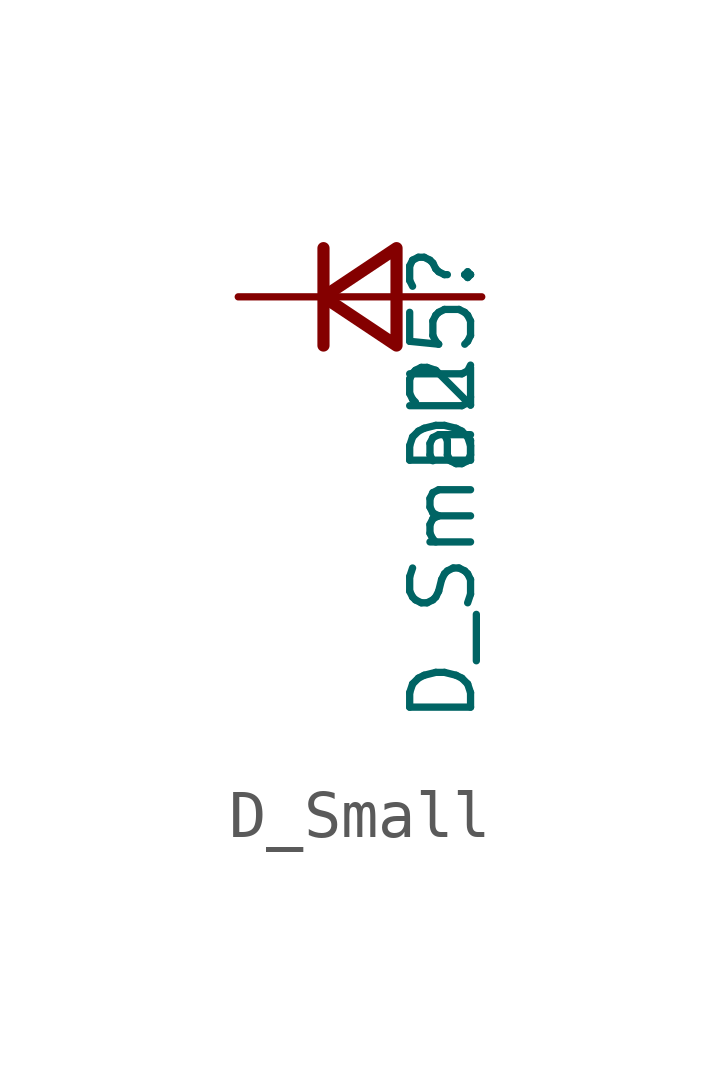
<source format=kicad_sym>
(kicad_symbol_lib
  (version 20220914)
  (generator kicad_symbol_editor)
  (symbol "D_Small"
    (pin_numbers hide)
    (pin_names
      (offset 0.254) hide)
    (property "Reference" "D25"
      (at 1.727 1.168 90)
      (effects (font (size 1.27 1.27)) (justify right)))
    (property "Value" "D_Small"
      (at 1.727 -1.143 90)
      (effects (font (size 1.27 1.27)) (justify right)))
    (symbol "D_Small_0_1"
      (polyline (pts (xy -0.762 -1.016) (xy -0.762 1.016)) (stroke (width 0.254) (type default)) (fill (type none)))
      (polyline (pts (xy -0.762 0) (xy 0.762 0)) (stroke (width 0) (type default)) (fill (type none)))
      (polyline (pts (xy 0.762 -1.016) (xy -0.762 0) (xy 0.762 1.016) (xy 0.762 -1.016)) (stroke (width 0.254) (type default)) (fill (type none))))
    (symbol "D_Small_1_1"
      (pin passive line (at -2.54 0 0) (length 1.778) (name "K" (effects (font (size 1.27 1.27)))) (number "1" (effects (font (size 1.27 1.27)))))
      (pin passive line (at 2.54 0 180) (length 1.778) (name "A" (effects (font (size 1.27 1.27)))) (number "2" (effects (font (size 1.27 1.27))))))))
</source>
